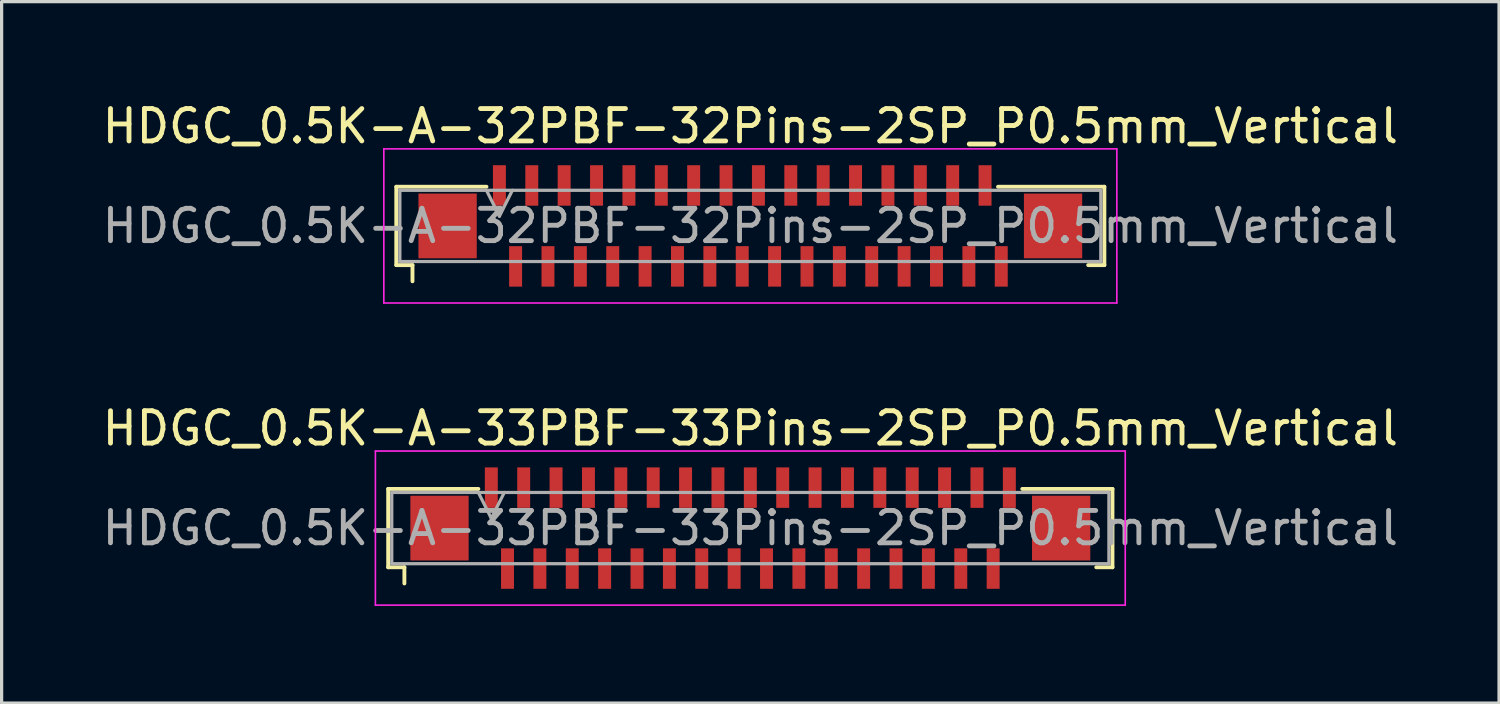
<source format=kicad_pcb>
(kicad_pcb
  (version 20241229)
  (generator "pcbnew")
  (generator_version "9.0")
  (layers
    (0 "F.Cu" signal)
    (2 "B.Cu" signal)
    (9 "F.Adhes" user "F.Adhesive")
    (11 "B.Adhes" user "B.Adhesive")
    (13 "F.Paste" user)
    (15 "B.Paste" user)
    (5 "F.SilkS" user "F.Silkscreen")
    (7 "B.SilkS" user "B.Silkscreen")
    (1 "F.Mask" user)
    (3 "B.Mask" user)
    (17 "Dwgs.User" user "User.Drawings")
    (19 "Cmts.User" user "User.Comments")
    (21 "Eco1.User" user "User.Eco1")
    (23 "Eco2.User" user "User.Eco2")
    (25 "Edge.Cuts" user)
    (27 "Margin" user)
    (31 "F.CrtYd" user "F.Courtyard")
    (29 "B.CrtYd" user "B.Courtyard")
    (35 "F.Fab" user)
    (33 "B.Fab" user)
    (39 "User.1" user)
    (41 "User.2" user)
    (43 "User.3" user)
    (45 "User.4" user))
  (footprint "HDGC_0.5K-A-32PBF-32Pins-2SP_P0.5mm_Vertical"
    (layer "F.Cu")
    (at 20.125 3.928)
    (property "Reference" "HDGC_0.5K-A-32PBF-32Pins-2SP_P0.5mm_Vertical" (at 0 -3.08 0) (layer "F.SilkS") (effects (font (size 1 1) (thickness 0.15))))
    (attr smd)
    (fp_line (start -10.935 -1.21) (end -8.15 -1.21) (stroke (width 0.12) (type solid)) (layer "F.SilkS"))
    (fp_line (start -10.935 1.21) (end -10.935 -1.21) (stroke (width 0.12) (type solid)) (layer "F.SilkS"))
    (fp_line (start -10.435 1.21) (end -10.935 1.21) (stroke (width 0.12) (type solid)) (layer "F.SilkS"))
    (fp_line (start -10.435 1.71) (end -10.435 1.21) (stroke (width 0.12) (type solid)) (layer "F.SilkS"))
    (fp_line (start 10.435 1.21) (end 10.935 1.21) (stroke (width 0.12) (type solid)) (layer "F.SilkS"))
    (fp_line (start 10.935 -1.21) (end 7.65 -1.21) (stroke (width 0.12) (type solid)) (layer "F.SilkS"))
    (fp_line (start 10.935 1.21) (end 10.935 -1.21) (stroke (width 0.12) (type solid)) (layer "F.SilkS"))
    (fp_line (start -11.32 -2.38) (end 11.32 -2.38) (stroke (width 0.05) (type solid)) (layer "F.CrtYd"))
    (fp_line (start -11.32 2.38) (end -11.32 -2.38) (stroke (width 0.05) (type solid)) (layer "F.CrtYd"))
    (fp_line (start 11.32 -2.38) (end 11.32 2.38) (stroke (width 0.05) (type solid)) (layer "F.CrtYd"))
    (fp_line (start 11.32 2.38) (end -11.32 2.38) (stroke (width 0.05) (type solid)) (layer "F.CrtYd"))
    (fp_line (start -10.825 -1.1) (end -10.825 1.1) (stroke (width 0.1) (type solid)) (layer "F.Fab"))
    (fp_line (start -10.825 1.1) (end 10.825 1.1) (stroke (width 0.1) (type solid)) (layer "F.Fab"))
    (fp_line (start -8.15 -1.1) (end -7.75 -0.3) (stroke (width 0.1) (type solid)) (layer "F.Fab"))
    (fp_line (start -7.75 -0.3) (end -7.35 -1.1) (stroke (width 0.1) (type solid)) (layer "F.Fab"))
    (fp_line (start 10.825 -1.1) (end -10.825 -1.1) (stroke (width 0.1) (type solid)) (layer "F.Fab"))
    (fp_line (start 10.825 1.1) (end 10.825 -1.1) (stroke (width 0.1) (type solid)) (layer "F.Fab"))
    (fp_text user "${REFERENCE}" (at 0 0 0) (layer "F.Fab") (effects (font (size 1 1) (thickness 0.15))))
    (pad "1" smd rect (at -7.75 -1.25) (size 0.4 1.25) (layers "F.Cu" "F.Mask" "F.Paste"))
    (pad "2" smd rect (at -7.25 1.25) (size 0.4 1.25) (layers "F.Cu" "F.Mask" "F.Paste"))
    (pad "3" smd rect (at -6.75 -1.25) (size 0.4 1.25) (layers "F.Cu" "F.Mask" "F.Paste"))
    (pad "4" smd rect (at -6.25 1.25) (size 0.4 1.25) (layers "F.Cu" "F.Mask" "F.Paste"))
    (pad "5" smd rect (at -5.75 -1.25) (size 0.4 1.25) (layers "F.Cu" "F.Mask" "F.Paste"))
    (pad "6" smd rect (at -5.25 1.25) (size 0.4 1.25) (layers "F.Cu" "F.Mask" "F.Paste"))
    (pad "7" smd rect (at -4.75 -1.25) (size 0.4 1.25) (layers "F.Cu" "F.Mask" "F.Paste"))
    (pad "8" smd rect (at -4.25 1.25) (size 0.4 1.25) (layers "F.Cu" "F.Mask" "F.Paste"))
    (pad "9" smd rect (at -3.75 -1.25) (size 0.4 1.25) (layers "F.Cu" "F.Mask" "F.Paste"))
    (pad "10" smd rect (at -3.25 1.25) (size 0.4 1.25) (layers "F.Cu" "F.Mask" "F.Paste"))
    (pad "11" smd rect (at -2.75 -1.25) (size 0.4 1.25) (layers "F.Cu" "F.Mask" "F.Paste"))
    (pad "12" smd rect (at -2.25 1.25) (size 0.4 1.25) (layers "F.Cu" "F.Mask" "F.Paste"))
    (pad "13" smd rect (at -1.75 -1.25) (size 0.4 1.25) (layers "F.Cu" "F.Mask" "F.Paste"))
    (pad "14" smd rect (at -1.25 1.25) (size 0.4 1.25) (layers "F.Cu" "F.Mask" "F.Paste"))
    (pad "15" smd rect (at -0.75 -1.25) (size 0.4 1.25) (layers "F.Cu" "F.Mask" "F.Paste"))
    (pad "16" smd rect (at -0.25 1.25) (size 0.4 1.25) (layers "F.Cu" "F.Mask" "F.Paste"))
    (pad "17" smd rect (at 0.25 -1.25) (size 0.4 1.25) (layers "F.Cu" "F.Mask" "F.Paste"))
    (pad "18" smd rect (at 0.75 1.25) (size 0.4 1.25) (layers "F.Cu" "F.Mask" "F.Paste"))
    (pad "19" smd rect (at 1.25 -1.25) (size 0.4 1.25) (layers "F.Cu" "F.Mask" "F.Paste"))
    (pad "20" smd rect (at 1.75 1.25) (size 0.4 1.25) (layers "F.Cu" "F.Mask" "F.Paste"))
    (pad "21" smd rect (at 2.25 -1.25) (size 0.4 1.25) (layers "F.Cu" "F.Mask" "F.Paste"))
    (pad "22" smd rect (at 2.75 1.25) (size 0.4 1.25) (layers "F.Cu" "F.Mask" "F.Paste"))
    (pad "23" smd rect (at 3.25 -1.25) (size 0.4 1.25) (layers "F.Cu" "F.Mask" "F.Paste"))
    (pad "24" smd rect (at 3.75 1.25) (size 0.4 1.25) (layers "F.Cu" "F.Mask" "F.Paste"))
    (pad "25" smd rect (at 4.25 -1.25) (size 0.4 1.25) (layers "F.Cu" "F.Mask" "F.Paste"))
    (pad "26" smd rect (at 4.75 1.25) (size 0.4 1.25) (layers "F.Cu" "F.Mask" "F.Paste"))
    (pad "27" smd rect (at 5.25 -1.25) (size 0.4 1.25) (layers "F.Cu" "F.Mask" "F.Paste"))
    (pad "28" smd rect (at 5.75 1.25) (size 0.4 1.25) (layers "F.Cu" "F.Mask" "F.Paste"))
    (pad "29" smd rect (at 6.25 -1.25) (size 0.4 1.25) (layers "F.Cu" "F.Mask" "F.Paste"))
    (pad "30" smd rect (at 6.75 1.25) (size 0.4 1.25) (layers "F.Cu" "F.Mask" "F.Paste"))
    (pad "31" smd rect (at 7.25 -1.25) (size 0.4 1.25) (layers "F.Cu" "F.Mask" "F.Paste"))
    (pad "32" smd rect (at 7.75 1.25) (size 0.4 1.25) (layers "F.Cu" "F.Mask" "F.Paste"))
    (pad "MP" smd rect (at -9.35 0) (size 1.8 2) (layers "F.Cu" "F.Mask" "F.Paste"))
    (pad "MP" smd rect (at 9.35 0) (size 1.8 2) (layers "F.Cu" "F.Mask" "F.Paste")))
  (footprint "HDGC_0.5K-A-33PBF-33Pins-2SP_P0.5mm_Vertical"
    (layer "F.Cu")
    (at 20.125 13.261)
    (property "Reference" "HDGC_0.5K-A-33PBF-33Pins-2SP_P0.5mm_Vertical" (at 0 -3.08 0) (layer "F.SilkS") (effects (font (size 1 1) (thickness 0.15))))
    (attr smd)
    (fp_line (start -11.185 -1.21) (end -8.4 -1.21) (stroke (width 0.12) (type solid)) (layer "F.SilkS"))
    (fp_line (start -11.185 1.21) (end -11.185 -1.21) (stroke (width 0.12) (type solid)) (layer "F.SilkS"))
    (fp_line (start -10.685 1.21) (end -11.185 1.21) (stroke (width 0.12) (type solid)) (layer "F.SilkS"))
    (fp_line (start -10.685 1.71) (end -10.685 1.21) (stroke (width 0.12) (type solid)) (layer "F.SilkS"))
    (fp_line (start 10.685 1.21) (end 11.185 1.21) (stroke (width 0.12) (type solid)) (layer "F.SilkS"))
    (fp_line (start 11.185 -1.21) (end 8.4 -1.21) (stroke (width 0.12) (type solid)) (layer "F.SilkS"))
    (fp_line (start 11.185 1.21) (end 11.185 -1.21) (stroke (width 0.12) (type solid)) (layer "F.SilkS"))
    (fp_line (start -11.58 -2.38) (end 11.58 -2.38) (stroke (width 0.05) (type solid)) (layer "F.CrtYd"))
    (fp_line (start -11.58 2.38) (end -11.58 -2.38) (stroke (width 0.05) (type solid)) (layer "F.CrtYd"))
    (fp_line (start 11.58 -2.38) (end 11.58 2.38) (stroke (width 0.05) (type solid)) (layer "F.CrtYd"))
    (fp_line (start 11.58 2.38) (end -11.58 2.38) (stroke (width 0.05) (type solid)) (layer "F.CrtYd"))
    (fp_line (start -11.075 -1.1) (end -11.075 1.1) (stroke (width 0.1) (type solid)) (layer "F.Fab"))
    (fp_line (start -11.075 1.1) (end 11.075 1.1) (stroke (width 0.1) (type solid)) (layer "F.Fab"))
    (fp_line (start -8.4 -1.1) (end -8 -0.3) (stroke (width 0.1) (type solid)) (layer "F.Fab"))
    (fp_line (start -8 -0.3) (end -7.6 -1.1) (stroke (width 0.1) (type solid)) (layer "F.Fab"))
    (fp_line (start 11.075 -1.1) (end -11.075 -1.1) (stroke (width 0.1) (type solid)) (layer "F.Fab"))
    (fp_line (start 11.075 1.1) (end 11.075 -1.1) (stroke (width 0.1) (type solid)) (layer "F.Fab"))
    (fp_text user "${REFERENCE}" (at 0 0 0) (layer "F.Fab") (effects (font (size 1 1) (thickness 0.15))))
    (pad "1" smd rect (at -8 -1.25) (size 0.4 1.25) (layers "F.Cu" "F.Mask" "F.Paste"))
    (pad "2" smd rect (at -7.5 1.25) (size 0.4 1.25) (layers "F.Cu" "F.Mask" "F.Paste"))
    (pad "3" smd rect (at -7 -1.25) (size 0.4 1.25) (layers "F.Cu" "F.Mask" "F.Paste"))
    (pad "4" smd rect (at -6.5 1.25) (size 0.4 1.25) (layers "F.Cu" "F.Mask" "F.Paste"))
    (pad "5" smd rect (at -6 -1.25) (size 0.4 1.25) (layers "F.Cu" "F.Mask" "F.Paste"))
    (pad "6" smd rect (at -5.5 1.25) (size 0.4 1.25) (layers "F.Cu" "F.Mask" "F.Paste"))
    (pad "7" smd rect (at -5 -1.25) (size 0.4 1.25) (layers "F.Cu" "F.Mask" "F.Paste"))
    (pad "8" smd rect (at -4.5 1.25) (size 0.4 1.25) (layers "F.Cu" "F.Mask" "F.Paste"))
    (pad "9" smd rect (at -4 -1.25) (size 0.4 1.25) (layers "F.Cu" "F.Mask" "F.Paste"))
    (pad "10" smd rect (at -3.5 1.25) (size 0.4 1.25) (layers "F.Cu" "F.Mask" "F.Paste"))
    (pad "11" smd rect (at -3 -1.25) (size 0.4 1.25) (layers "F.Cu" "F.Mask" "F.Paste"))
    (pad "12" smd rect (at -2.5 1.25) (size 0.4 1.25) (layers "F.Cu" "F.Mask" "F.Paste"))
    (pad "13" smd rect (at -2 -1.25) (size 0.4 1.25) (layers "F.Cu" "F.Mask" "F.Paste"))
    (pad "14" smd rect (at -1.5 1.25) (size 0.4 1.25) (layers "F.Cu" "F.Mask" "F.Paste"))
    (pad "15" smd rect (at -1 -1.25) (size 0.4 1.25) (layers "F.Cu" "F.Mask" "F.Paste"))
    (pad "16" smd rect (at -0.5 1.25) (size 0.4 1.25) (layers "F.Cu" "F.Mask" "F.Paste"))
    (pad "17" smd rect (at 0 -1.25) (size 0.4 1.25) (layers "F.Cu" "F.Mask" "F.Paste"))
    (pad "18" smd rect (at 0.5 1.25) (size 0.4 1.25) (layers "F.Cu" "F.Mask" "F.Paste"))
    (pad "19" smd rect (at 1 -1.25) (size 0.4 1.25) (layers "F.Cu" "F.Mask" "F.Paste"))
    (pad "20" smd rect (at 1.5 1.25) (size 0.4 1.25) (layers "F.Cu" "F.Mask" "F.Paste"))
    (pad "21" smd rect (at 2 -1.25) (size 0.4 1.25) (layers "F.Cu" "F.Mask" "F.Paste"))
    (pad "22" smd rect (at 2.5 1.25) (size 0.4 1.25) (layers "F.Cu" "F.Mask" "F.Paste"))
    (pad "23" smd rect (at 3 -1.25) (size 0.4 1.25) (layers "F.Cu" "F.Mask" "F.Paste"))
    (pad "24" smd rect (at 3.5 1.25) (size 0.4 1.25) (layers "F.Cu" "F.Mask" "F.Paste"))
    (pad "25" smd rect (at 4 -1.25) (size 0.4 1.25) (layers "F.Cu" "F.Mask" "F.Paste"))
    (pad "26" smd rect (at 4.5 1.25) (size 0.4 1.25) (layers "F.Cu" "F.Mask" "F.Paste"))
    (pad "27" smd rect (at 5 -1.25) (size 0.4 1.25) (layers "F.Cu" "F.Mask" "F.Paste"))
    (pad "28" smd rect (at 5.5 1.25) (size 0.4 1.25) (layers "F.Cu" "F.Mask" "F.Paste"))
    (pad "29" smd rect (at 6 -1.25) (size 0.4 1.25) (layers "F.Cu" "F.Mask" "F.Paste"))
    (pad "30" smd rect (at 6.5 1.25) (size 0.4 1.25) (layers "F.Cu" "F.Mask" "F.Paste"))
    (pad "31" smd rect (at 7 -1.25) (size 0.4 1.25) (layers "F.Cu" "F.Mask" "F.Paste"))
    (pad "32" smd rect (at 7.5 1.25) (size 0.4 1.25) (layers "F.Cu" "F.Mask" "F.Paste"))
    (pad "33" smd rect (at 8 -1.25) (size 0.4 1.25) (layers "F.Cu" "F.Mask" "F.Paste"))
    (pad "MP" smd rect (at -9.6 0) (size 1.8 2) (layers "F.Cu" "F.Mask" "F.Paste"))
    (pad "MP" smd rect (at 9.6 0) (size 1.8 2) (layers "F.Cu" "F.Mask" "F.Paste")))
  (gr_rect
    (start -3 -3)
    (end 43.25 18.666)
    (stroke (width 0.1) (type default))
    (fill no)
    (layer "Edge.Cuts")))
</source>
